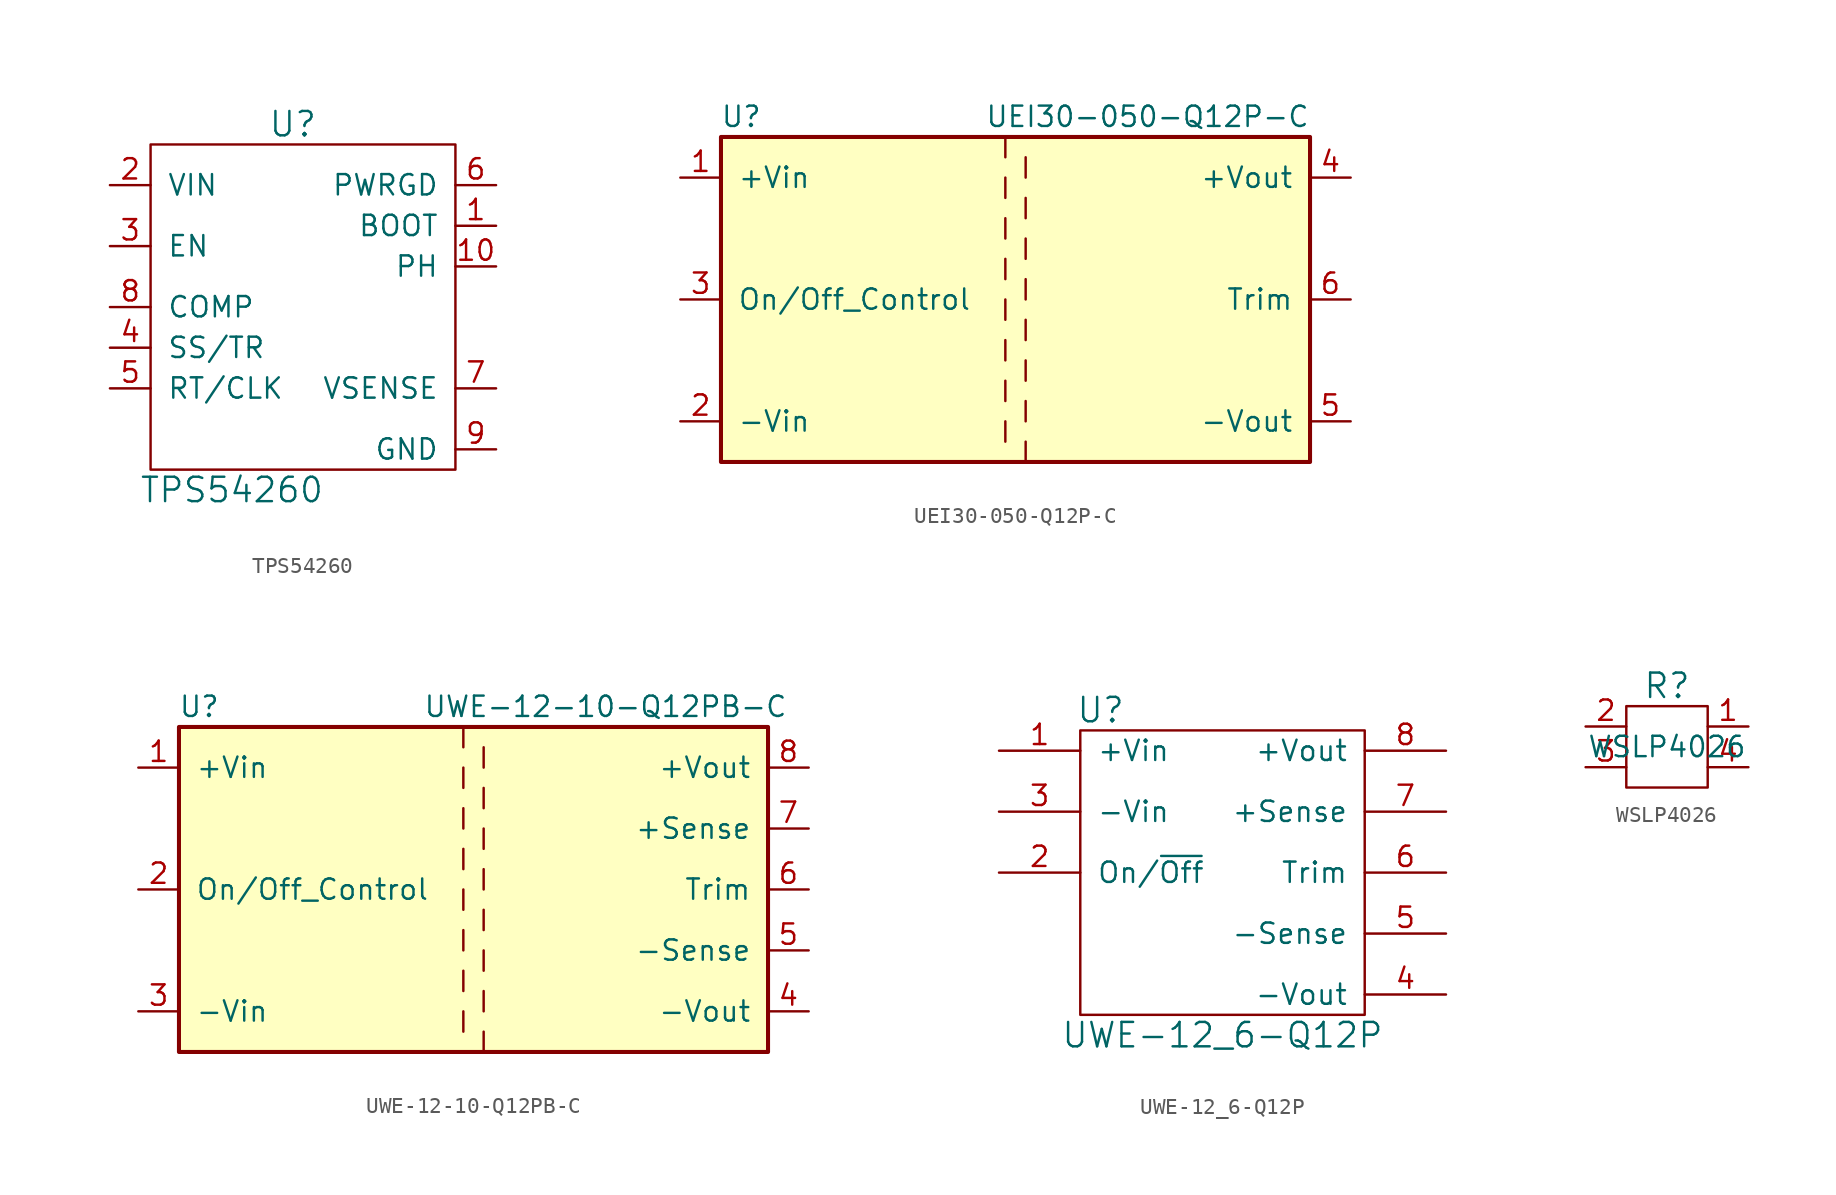
<source format=kicad_sym>
(kicad_symbol_lib
  (version 20211014)
  (generator kicad_symbol_editor)
  (symbol "TPS54260"
    (pin_names
      (offset 1.016))
    (property "Reference" "U"
      (at -1.27 11.43 0)
      (effects (font (size 1.524 1.524))))
    (property "Value" "TPS54260"
      (at -5.08 -11.43 0)
      (effects (font (size 1.524 1.524))))
    (symbol "TPS54260_0_1"
      (rectangle (start -10.16 10.16) (end 8.89 -10.16) (stroke (width 0) (type default) (color 0 0 0 0)) (fill (type none))))
    (symbol "TPS54260_1_1"
      (pin output line (at 11.43 5.08 180) (length 2.54) (name "BOOT" (effects (font (size 1.27 1.27)))) (number "1" (effects (font (size 1.27 1.27)))))
      (pin power_out line (at 11.43 2.54 180) (length 2.54) (name "PH" (effects (font (size 1.27 1.27)))) (number "10" (effects (font (size 1.27 1.27)))))
      (pin no_connect line (at -2.54 2.54 0) (length 2.54) hide (name "PAD" (effects (font (size 1.27 1.27)))) (number "11" (effects (font (size 1.27 1.27)))))
      (pin power_in line (at -12.7 7.62 0) (length 2.54) (name "VIN" (effects (font (size 1.27 1.27)))) (number "2" (effects (font (size 1.27 1.27)))))
      (pin input line (at -12.7 3.81 0) (length 2.54) (name "EN" (effects (font (size 1.27 1.27)))) (number "3" (effects (font (size 1.27 1.27)))))
      (pin input line (at -12.7 -2.54 0) (length 2.54) (name "SS/TR" (effects (font (size 1.27 1.27)))) (number "4" (effects (font (size 1.27 1.27)))))
      (pin input line (at -12.7 -5.08 0) (length 2.54) (name "RT/CLK" (effects (font (size 1.27 1.27)))) (number "5" (effects (font (size 1.27 1.27)))))
      (pin input line (at 11.43 7.62 180) (length 2.54) (name "PWRGD" (effects (font (size 1.27 1.27)))) (number "6" (effects (font (size 1.27 1.27)))))
      (pin input line (at 11.43 -5.08 180) (length 2.54) (name "VSENSE" (effects (font (size 1.27 1.27)))) (number "7" (effects (font (size 1.27 1.27)))))
      (pin output line (at -12.7 0 0) (length 2.54) (name "COMP" (effects (font (size 1.27 1.27)))) (number "8" (effects (font (size 1.27 1.27)))))
      (pin power_in line (at 11.43 -8.89 180) (length 2.54) (name "GND" (effects (font (size 1.27 1.27)))) (number "9" (effects (font (size 1.27 1.27)))))))
  (symbol "UEI30-050-Q12P-C"
    (pin_names
      (offset 1.016))
    (property "Reference" "U"
      (at -16.51 11.43 0)
      (effects (font (size 1.27 1.27))))
    (property "Value" "UEI30-050-Q12P-C"
      (at 8.89 11.43 0)
      (effects (font (size 1.27 1.27))))
    (symbol "UEI30-050-Q12P-C_0_1"
      (rectangle (start -17.78 10.16) (end 19.05 -10.16) (stroke (width 0.254) (type default) (color 0 0 0 0)) (fill (type background)))
      (rectangle (start 0 -5.08) (end 0 -6.35) (stroke (width 0) (type default) (color 0 0 0 0)) (fill (type none)))
      (rectangle (start 0 -2.54) (end 0 -3.81) (stroke (width 0) (type default) (color 0 0 0 0)) (fill (type none)))
      (rectangle (start 0 0) (end 0 -1.27) (stroke (width 0) (type default) (color 0 0 0 0)) (fill (type none)))
      (polyline (pts (xy 0 -7.62) (xy 0 -8.89)) (stroke (width 0) (type default) (color 0 0 0 0)) (fill (type none)))
      (polyline (pts (xy 1.27 -8.89) (xy 1.27 -10.16)) (stroke (width 0) (type default) (color 0 0 0 0)) (fill (type none)))
      (rectangle (start 0 2.54) (end 0 1.27) (stroke (width 0) (type default) (color 0 0 0 0)) (fill (type none)))
      (rectangle (start 0 3.81) (end 0 5.08) (stroke (width 0) (type default) (color 0 0 0 0)) (fill (type none)))
      (rectangle (start 0 7.62) (end 0 6.35) (stroke (width 0) (type default) (color 0 0 0 0)) (fill (type none)))
      (rectangle (start 0 10.16) (end 0 8.89) (stroke (width 0) (type default) (color 0 0 0 0)) (fill (type none)))
      (rectangle (start 1.27 -6.35) (end 1.27 -7.62) (stroke (width 0) (type default) (color 0 0 0 0)) (fill (type none)))
      (rectangle (start 1.27 -3.81) (end 1.27 -5.08) (stroke (width 0) (type default) (color 0 0 0 0)) (fill (type none)))
      (rectangle (start 1.27 -1.27) (end 1.27 -2.54) (stroke (width 0) (type default) (color 0 0 0 0)) (fill (type none)))
      (rectangle (start 1.27 1.27) (end 1.27 0) (stroke (width 0) (type default) (color 0 0 0 0)) (fill (type none)))
      (rectangle (start 1.27 3.81) (end 1.27 2.54) (stroke (width 0) (type default) (color 0 0 0 0)) (fill (type none)))
      (rectangle (start 1.27 6.35) (end 1.27 5.08) (stroke (width 0) (type default) (color 0 0 0 0)) (fill (type none)))
      (rectangle (start 1.27 8.89) (end 1.27 7.62) (stroke (width 0) (type default) (color 0 0 0 0)) (fill (type none))))
    (symbol "UEI30-050-Q12P-C_1_1"
      (pin power_in line (at -20.32 7.62 0) (length 2.54) (name "+Vin" (effects (font (size 1.27 1.27)))) (number "1" (effects (font (size 1.27 1.27)))))
      (pin power_in line (at -20.32 -7.62 0) (length 2.54) (name "-Vin" (effects (font (size 1.27 1.27)))) (number "2" (effects (font (size 1.27 1.27)))))
      (pin input line (at -20.32 0 0) (length 2.54) (name "On/Off_Control" (effects (font (size 1.27 1.27)))) (number "3" (effects (font (size 1.27 1.27)))))
      (pin power_out line (at 21.59 7.62 180) (length 2.54) (name "+Vout" (effects (font (size 1.27 1.27)))) (number "4" (effects (font (size 1.27 1.27)))))
      (pin power_out line (at 21.59 -7.62 180) (length 2.54) (name "-Vout" (effects (font (size 1.27 1.27)))) (number "5" (effects (font (size 1.27 1.27)))))
      (pin passive line (at 21.59 0 180) (length 2.54) (name "Trim" (effects (font (size 1.27 1.27)))) (number "6" (effects (font (size 1.27 1.27)))))))
  (symbol "UWE-12-10-Q12PB-C"
    (pin_names
      (offset 1.016))
    (property "Reference" "U"
      (at -16.51 11.43 0)
      (effects (font (size 1.27 1.27))))
    (property "Value" "UWE-12-10-Q12PB-C"
      (at 8.89 11.43 0)
      (effects (font (size 1.27 1.27))))
    (symbol "UWE-12-10-Q12PB-C_0_1"
      (rectangle (start -17.78 10.16) (end 19.05 -10.16) (stroke (width 0.254) (type default) (color 0 0 0 0)) (fill (type background)))
      (polyline (pts (xy 0 -7.62) (xy 0 -8.89)) (stroke (width 0) (type default) (color 0 0 0 0)) (fill (type none)))
      (polyline (pts (xy 0 -5.08) (xy 0 -6.35)) (stroke (width 0) (type default) (color 0 0 0 0)) (fill (type none)))
      (polyline (pts (xy 0 -2.54) (xy 0 -3.81)) (stroke (width 0) (type default) (color 0 0 0 0)) (fill (type none)))
      (polyline (pts (xy 0 0) (xy 0 -1.27)) (stroke (width 0) (type default) (color 0 0 0 0)) (fill (type none)))
      (polyline (pts (xy 0 2.54) (xy 0 1.27)) (stroke (width 0) (type default) (color 0 0 0 0)) (fill (type none)))
      (polyline (pts (xy 0 3.81) (xy 0 5.08)) (stroke (width 0) (type default) (color 0 0 0 0)) (fill (type none)))
      (polyline (pts (xy 0 6.35) (xy 0 7.62)) (stroke (width 0) (type default) (color 0 0 0 0)) (fill (type none)))
      (polyline (pts (xy 0 10.16) (xy 0 8.89)) (stroke (width 0) (type default) (color 0 0 0 0)) (fill (type none)))
      (polyline (pts (xy 1.27 -8.89) (xy 1.27 -10.16)) (stroke (width 0) (type default) (color 0 0 0 0)) (fill (type none)))
      (polyline (pts (xy 1.27 -6.35) (xy 1.27 -7.62)) (stroke (width 0) (type default) (color 0 0 0 0)) (fill (type none)))
      (polyline (pts (xy 1.27 -3.81) (xy 1.27 -5.08)) (stroke (width 0) (type default) (color 0 0 0 0)) (fill (type none)))
      (polyline (pts (xy 1.27 -1.27) (xy 1.27 -2.54)) (stroke (width 0) (type default) (color 0 0 0 0)) (fill (type none)))
      (polyline (pts (xy 1.27 0) (xy 1.27 1.27)) (stroke (width 0) (type default) (color 0 0 0 0)) (fill (type none)))
      (polyline (pts (xy 1.27 3.81) (xy 1.27 2.54)) (stroke (width 0) (type default) (color 0 0 0 0)) (fill (type none)))
      (polyline (pts (xy 1.27 6.35) (xy 1.27 5.08)) (stroke (width 0) (type default) (color 0 0 0 0)) (fill (type none)))
      (polyline (pts (xy 1.27 8.89) (xy 1.27 7.62)) (stroke (width 0) (type default) (color 0 0 0 0)) (fill (type none))))
    (symbol "UWE-12-10-Q12PB-C_1_1"
      (pin power_in line (at -20.32 7.62 0) (length 2.54) (name "+Vin" (effects (font (size 1.27 1.27)))) (number "1" (effects (font (size 1.27 1.27)))))
      (pin input line (at -20.32 0 0) (length 2.54) (name "On/Off_Control" (effects (font (size 1.27 1.27)))) (number "2" (effects (font (size 1.27 1.27)))))
      (pin power_in line (at -20.32 -7.62 0) (length 2.54) (name "-Vin" (effects (font (size 1.27 1.27)))) (number "3" (effects (font (size 1.27 1.27)))))
      (pin power_out line (at 21.59 -7.62 180) (length 2.54) (name "-Vout" (effects (font (size 1.27 1.27)))) (number "4" (effects (font (size 1.27 1.27)))))
      (pin passive line (at 21.59 -3.81 180) (length 2.54) (name "-Sense" (effects (font (size 1.27 1.27)))) (number "5" (effects (font (size 1.27 1.27)))))
      (pin passive line (at 21.59 0 180) (length 2.54) (name "Trim" (effects (font (size 1.27 1.27)))) (number "6" (effects (font (size 1.27 1.27)))))
      (pin passive line (at 21.59 3.81 180) (length 2.54) (name "+Sense" (effects (font (size 1.27 1.27)))) (number "7" (effects (font (size 1.27 1.27)))))
      (pin power_out line (at 21.59 7.62 180) (length 2.54) (name "+Vout" (effects (font (size 1.27 1.27)))) (number "8" (effects (font (size 1.27 1.27)))))))
  (symbol "UWE-12_6-Q12P"
    (pin_names
      (offset 1.016))
    (property "Reference" "U"
      (at -7.62 10.16 0)
      (effects (font (size 1.524 1.524))))
    (property "Value" "UWE-12_6-Q12P"
      (at 0 -10.16 0)
      (effects (font (size 1.524 1.524))))
    (property "Footprint" ""
      (at 1.27 -7.62 0)
      (effects (font (size 1.524 1.524))))
    (property "Datasheet" ""
      (at 1.27 -7.62 0)
      (effects (font (size 1.524 1.524))))
    (symbol "UWE-12_6-Q12P_0_1"
      (rectangle (start -8.89 8.89) (end 8.89 -8.89) (stroke (width 0) (type default) (color 0 0 0 0)) (fill (type none))))
    (symbol "UWE-12_6-Q12P_1_1"
      (pin power_in line (at -13.97 7.62 0) (length 5.08) (name "+Vin" (effects (font (size 1.27 1.27)))) (number "1" (effects (font (size 1.27 1.27)))))
      (pin input line (at -13.97 0 0) (length 5.08) (name "On/~{Off}" (effects (font (size 1.27 1.27)))) (number "2" (effects (font (size 1.27 1.27)))))
      (pin power_in line (at -13.97 3.81 0) (length 5.08) (name "-Vin" (effects (font (size 1.27 1.27)))) (number "3" (effects (font (size 1.27 1.27)))))
      (pin power_out line (at 13.97 -7.62 180) (length 5.08) (name "-Vout" (effects (font (size 1.27 1.27)))) (number "4" (effects (font (size 1.27 1.27)))))
      (pin input line (at 13.97 -3.81 180) (length 5.08) (name "-Sense" (effects (font (size 1.27 1.27)))) (number "5" (effects (font (size 1.27 1.27)))))
      (pin input line (at 13.97 0 180) (length 5.08) (name "Trim" (effects (font (size 1.27 1.27)))) (number "6" (effects (font (size 1.27 1.27)))))
      (pin input line (at 13.97 3.81 180) (length 5.08) (name "+Sense" (effects (font (size 1.27 1.27)))) (number "7" (effects (font (size 1.27 1.27)))))
      (pin power_out line (at 13.97 7.62 180) (length 5.08) (name "+Vout" (effects (font (size 1.27 1.27)))) (number "8" (effects (font (size 1.27 1.27)))))))
  (symbol "WSLP4026"
    (pin_names
      (offset 1.016))
    (property "Reference" "R"
      (at 0 3.81 0)
      (effects (font (size 1.524 1.524))))
    (property "Value" "WSLP4026"
      (at 0 0 0)
      (effects (font (size 1.27 1.27))))
    (property "Footprint" ""
      (at 0 0 0)
      (effects (font (size 1.524 1.524))))
    (property "Datasheet" ""
      (at 0 0 0)
      (effects (font (size 1.524 1.524))))
    (symbol "WSLP4026_0_1"
      (rectangle (start -2.54 2.54) (end 2.54 -2.54) (stroke (width 0) (type default) (color 0 0 0 0)) (fill (type none))))
    (symbol "WSLP4026_1_1"
      (pin passive line (at 5.08 1.27 180) (length 2.54) (name "~" (effects (font (size 1.27 1.27)))) (number "1" (effects (font (size 1.27 1.27)))))
      (pin passive line (at -5.08 1.27 0) (length 2.54) (name "~" (effects (font (size 1.27 1.27)))) (number "2" (effects (font (size 1.27 1.27)))))
      (pin passive line (at -5.08 -1.27 0) (length 2.54) (name "~" (effects (font (size 1.27 1.27)))) (number "3" (effects (font (size 1.27 1.27)))))
      (pin passive line (at 5.08 -1.27 180) (length 2.54) (name "~" (effects (font (size 1.27 1.27)))) (number "4" (effects (font (size 1.27 1.27))))))))
</source>
